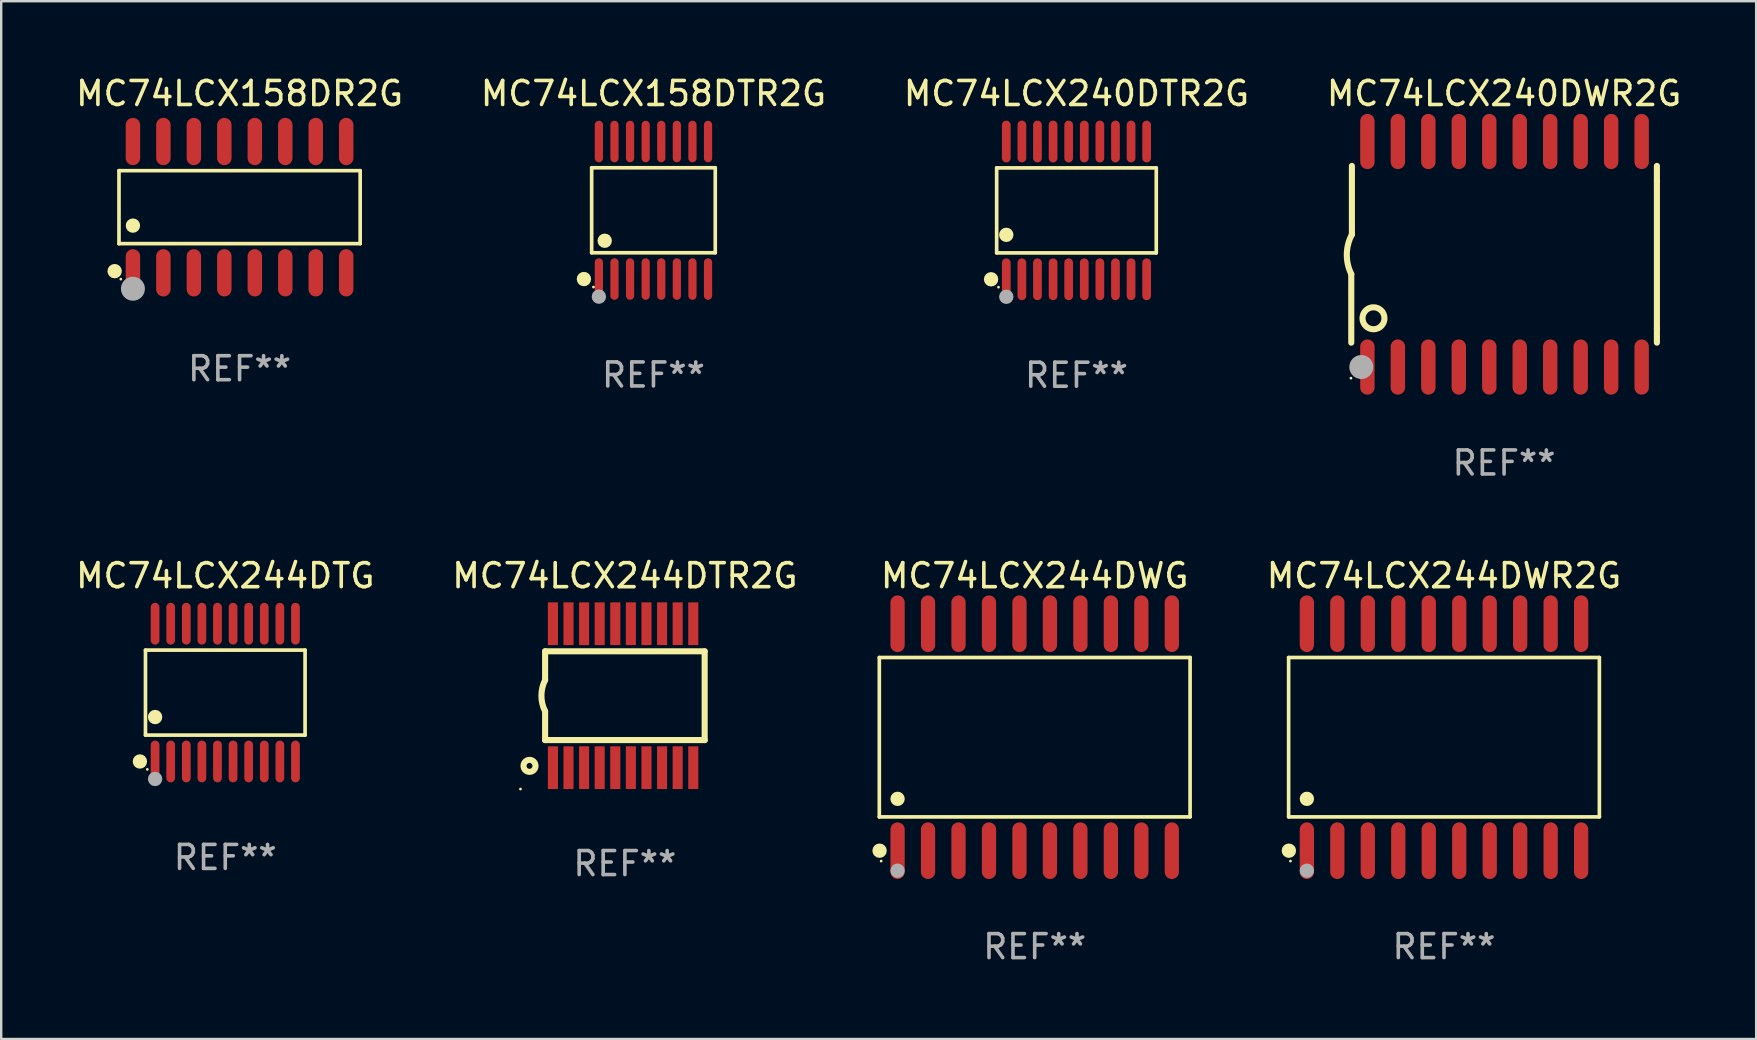
<source format=kicad_pcb>
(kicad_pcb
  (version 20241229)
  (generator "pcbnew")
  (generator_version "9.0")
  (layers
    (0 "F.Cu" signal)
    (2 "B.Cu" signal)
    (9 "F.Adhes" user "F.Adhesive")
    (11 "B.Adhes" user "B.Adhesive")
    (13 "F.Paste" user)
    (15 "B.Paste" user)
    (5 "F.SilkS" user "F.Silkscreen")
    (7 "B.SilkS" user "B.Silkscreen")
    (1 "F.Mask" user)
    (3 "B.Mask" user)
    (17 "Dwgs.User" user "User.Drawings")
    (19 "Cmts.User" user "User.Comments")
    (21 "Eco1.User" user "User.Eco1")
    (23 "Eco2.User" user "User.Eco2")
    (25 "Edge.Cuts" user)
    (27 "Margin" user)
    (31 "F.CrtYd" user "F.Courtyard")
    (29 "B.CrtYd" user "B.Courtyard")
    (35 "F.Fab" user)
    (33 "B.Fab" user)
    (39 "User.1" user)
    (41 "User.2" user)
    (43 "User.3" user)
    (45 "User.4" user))
  (footprint "MC74LCX244DTG"
    (layer "F.Cu")
    (at 6.339 25.816)
    (property "Reference" "MC74LCX244DTG" (at 0 -4.871 0) (layer "F.SilkS") (effects (font (size 1 1) (thickness 0.15))))
    (attr through_hole)
    (fp_line (start -3.326 -1.771) (end 3.326 -1.771) (stroke (width 0.152) (type solid)) (layer "F.SilkS"))
    (fp_line (start -3.326 1.771) (end -3.326 -1.771) (stroke (width 0.152) (type solid)) (layer "F.SilkS"))
    (fp_line (start 3.326 -1.771) (end 3.326 1.771) (stroke (width 0.152) (type solid)) (layer "F.SilkS"))
    (fp_line (start 3.326 1.771) (end -3.326 1.771) (stroke (width 0.152) (type solid)) (layer "F.SilkS"))
    (fp_circle (center -3.559 2.871) (end -3.409 2.871) (stroke (width 0.3) (type solid)) (fill no) (layer "F.SilkS"))
    (fp_circle (center -3.25 3.2) (end -3.22 3.2) (stroke (width 0.06) (type solid)) (fill no) (layer "F.SilkS"))
    (fp_circle (center -2.925 1.019) (end -2.775 1.019) (stroke (width 0.3) (type solid)) (fill no) (layer "F.SilkS"))
    (fp_circle (center -2.925 3.6) (end -2.775 3.6) (stroke (width 0.3) (type solid)) (fill no) (layer "F.Fab"))
    (fp_text user "REF**" (at 0 6.871 0) (layer "F.Fab") (effects (font (size 1 1) (thickness 0.15))))
    (pad "1" smd oval (at -2.925 2.871) (size 0.364 1.742) (layers "F.Cu" "F.Mask" "F.Paste"))
    (pad "2" smd oval (at -2.275 2.871) (size 0.364 1.742) (layers "F.Cu" "F.Mask" "F.Paste"))
    (pad "3" smd oval (at -1.625 2.871) (size 0.364 1.742) (layers "F.Cu" "F.Mask" "F.Paste"))
    (pad "4" smd oval (at -0.975 2.871) (size 0.364 1.742) (layers "F.Cu" "F.Mask" "F.Paste"))
    (pad "5" smd oval (at -0.325 2.871) (size 0.364 1.742) (layers "F.Cu" "F.Mask" "F.Paste"))
    (pad "6" smd oval (at 0.325 2.871) (size 0.364 1.742) (layers "F.Cu" "F.Mask" "F.Paste"))
    (pad "7" smd oval (at 0.975 2.871) (size 0.364 1.742) (layers "F.Cu" "F.Mask" "F.Paste"))
    (pad "8" smd oval (at 1.625 2.871) (size 0.364 1.742) (layers "F.Cu" "F.Mask" "F.Paste"))
    (pad "9" smd oval (at 2.275 2.871) (size 0.364 1.742) (layers "F.Cu" "F.Mask" "F.Paste"))
    (pad "10" smd oval (at 2.925 2.871) (size 0.364 1.742) (layers "F.Cu" "F.Mask" "F.Paste"))
    (pad "11" smd oval (at 2.925 -2.871) (size 0.364 1.742) (layers "F.Cu" "F.Mask" "F.Paste"))
    (pad "12" smd oval (at 2.275 -2.871) (size 0.364 1.742) (layers "F.Cu" "F.Mask" "F.Paste"))
    (pad "13" smd oval (at 1.625 -2.871) (size 0.364 1.742) (layers "F.Cu" "F.Mask" "F.Paste"))
    (pad "14" smd oval (at 0.975 -2.871) (size 0.364 1.742) (layers "F.Cu" "F.Mask" "F.Paste"))
    (pad "15" smd oval (at 0.325 -2.871) (size 0.364 1.742) (layers "F.Cu" "F.Mask" "F.Paste"))
    (pad "16" smd oval (at -0.325 -2.871) (size 0.364 1.742) (layers "F.Cu" "F.Mask" "F.Paste"))
    (pad "17" smd oval (at -0.975 -2.871) (size 0.364 1.742) (layers "F.Cu" "F.Mask" "F.Paste"))
    (pad "18" smd oval (at -1.625 -2.871) (size 0.364 1.742) (layers "F.Cu" "F.Mask" "F.Paste"))
    (pad "19" smd oval (at -2.275 -2.871) (size 0.364 1.742) (layers "F.Cu" "F.Mask" "F.Paste"))
    (pad "20" smd oval (at -2.925 -2.871) (size 0.364 1.742) (layers "F.Cu" "F.Mask" "F.Paste")))
  (footprint "MC74LCX244DWG"
    (layer "F.Cu")
    (at 40.074 27.675)
    (property "Reference" "MC74LCX244DWG" (at 0 -6.73 0) (layer "F.SilkS") (effects (font (size 1 1) (thickness 0.15))))
    (attr through_hole)
    (fp_line (start -6.476 -3.321) (end 6.476 -3.321) (stroke (width 0.152) (type solid)) (layer "F.SilkS"))
    (fp_line (start -6.476 3.321) (end -6.476 -3.321) (stroke (width 0.152) (type solid)) (layer "F.SilkS"))
    (fp_line (start 6.476 -3.321) (end 6.476 3.321) (stroke (width 0.152) (type solid)) (layer "F.SilkS"))
    (fp_line (start 6.476 3.321) (end -6.476 3.321) (stroke (width 0.152) (type solid)) (layer "F.SilkS"))
    (fp_circle (center -6.465 4.73) (end -6.315 4.73) (stroke (width 0.3) (type solid)) (fill no) (layer "F.SilkS"))
    (fp_circle (center -6.4 5.163) (end -6.37 5.163) (stroke (width 0.06) (type solid)) (fill no) (layer "F.SilkS"))
    (fp_circle (center -5.715 2.569) (end -5.565 2.569) (stroke (width 0.3) (type solid)) (fill no) (layer "F.SilkS"))
    (fp_circle (center -5.715 5.563) (end -5.565 5.563) (stroke (width 0.3) (type solid)) (fill no) (layer "F.Fab"))
    (fp_text user "REF**" (at 0 8.73 0) (layer "F.Fab") (effects (font (size 1 1) (thickness 0.15))))
    (pad "1" smd oval (at -5.715 4.73) (size 0.595 2.36) (layers "F.Cu" "F.Mask" "F.Paste"))
    (pad "2" smd oval (at -4.445 4.73) (size 0.595 2.36) (layers "F.Cu" "F.Mask" "F.Paste"))
    (pad "3" smd oval (at -3.175 4.73) (size 0.595 2.36) (layers "F.Cu" "F.Mask" "F.Paste"))
    (pad "4" smd oval (at -1.905 4.73) (size 0.595 2.36) (layers "F.Cu" "F.Mask" "F.Paste"))
    (pad "5" smd oval (at -0.635 4.73) (size 0.595 2.36) (layers "F.Cu" "F.Mask" "F.Paste"))
    (pad "6" smd oval (at 0.635 4.73) (size 0.595 2.36) (layers "F.Cu" "F.Mask" "F.Paste"))
    (pad "7" smd oval (at 1.905 4.73) (size 0.595 2.36) (layers "F.Cu" "F.Mask" "F.Paste"))
    (pad "8" smd oval (at 3.175 4.73) (size 0.595 2.36) (layers "F.Cu" "F.Mask" "F.Paste"))
    (pad "9" smd oval (at 4.445 4.73) (size 0.595 2.36) (layers "F.Cu" "F.Mask" "F.Paste"))
    (pad "10" smd oval (at 5.715 4.73) (size 0.595 2.36) (layers "F.Cu" "F.Mask" "F.Paste"))
    (pad "11" smd oval (at 5.715 -4.73) (size 0.595 2.36) (layers "F.Cu" "F.Mask" "F.Paste"))
    (pad "12" smd oval (at 4.445 -4.73) (size 0.595 2.36) (layers "F.Cu" "F.Mask" "F.Paste"))
    (pad "13" smd oval (at 3.175 -4.73) (size 0.595 2.36) (layers "F.Cu" "F.Mask" "F.Paste"))
    (pad "14" smd oval (at 1.905 -4.73) (size 0.595 2.36) (layers "F.Cu" "F.Mask" "F.Paste"))
    (pad "15" smd oval (at 0.635 -4.73) (size 0.595 2.36) (layers "F.Cu" "F.Mask" "F.Paste"))
    (pad "16" smd oval (at -0.635 -4.73) (size 0.595 2.36) (layers "F.Cu" "F.Mask" "F.Paste"))
    (pad "17" smd oval (at -1.905 -4.73) (size 0.595 2.36) (layers "F.Cu" "F.Mask" "F.Paste"))
    (pad "18" smd oval (at -3.175 -4.73) (size 0.595 2.36) (layers "F.Cu" "F.Mask" "F.Paste"))
    (pad "19" smd oval (at -4.445 -4.73) (size 0.595 2.36) (layers "F.Cu" "F.Mask" "F.Paste"))
    (pad "20" smd oval (at -5.715 -4.73) (size 0.595 2.36) (layers "F.Cu" "F.Mask" "F.Paste")))
  (footprint "MC74LCX244DWR2G"
    (layer "F.Cu")
    (at 57.133 27.675)
    (property "Reference" "MC74LCX244DWR2G" (at 0 -6.73 0) (layer "F.SilkS") (effects (font (size 1 1) (thickness 0.15))))
    (attr through_hole)
    (fp_line (start -6.476 -3.321) (end 6.476 -3.321) (stroke (width 0.152) (type solid)) (layer "F.SilkS"))
    (fp_line (start -6.476 3.321) (end -6.476 -3.321) (stroke (width 0.152) (type solid)) (layer "F.SilkS"))
    (fp_line (start 6.476 -3.321) (end 6.476 3.321) (stroke (width 0.152) (type solid)) (layer "F.SilkS"))
    (fp_line (start 6.476 3.321) (end -6.476 3.321) (stroke (width 0.152) (type solid)) (layer "F.SilkS"))
    (fp_circle (center -6.465 4.73) (end -6.315 4.73) (stroke (width 0.3) (type solid)) (fill no) (layer "F.SilkS"))
    (fp_circle (center -6.4 5.163) (end -6.37 5.163) (stroke (width 0.06) (type solid)) (fill no) (layer "F.SilkS"))
    (fp_circle (center -5.715 2.569) (end -5.565 2.569) (stroke (width 0.3) (type solid)) (fill no) (layer "F.SilkS"))
    (fp_circle (center -5.715 5.563) (end -5.565 5.563) (stroke (width 0.3) (type solid)) (fill no) (layer "F.Fab"))
    (fp_text user "REF**" (at 0 8.73 0) (layer "F.Fab") (effects (font (size 1 1) (thickness 0.15))))
    (pad "1" smd oval (at -5.715 4.73) (size 0.595 2.36) (layers "F.Cu" "F.Mask" "F.Paste"))
    (pad "2" smd oval (at -4.445 4.73) (size 0.595 2.36) (layers "F.Cu" "F.Mask" "F.Paste"))
    (pad "3" smd oval (at -3.175 4.73) (size 0.595 2.36) (layers "F.Cu" "F.Mask" "F.Paste"))
    (pad "4" smd oval (at -1.905 4.73) (size 0.595 2.36) (layers "F.Cu" "F.Mask" "F.Paste"))
    (pad "5" smd oval (at -0.635 4.73) (size 0.595 2.36) (layers "F.Cu" "F.Mask" "F.Paste"))
    (pad "6" smd oval (at 0.635 4.73) (size 0.595 2.36) (layers "F.Cu" "F.Mask" "F.Paste"))
    (pad "7" smd oval (at 1.905 4.73) (size 0.595 2.36) (layers "F.Cu" "F.Mask" "F.Paste"))
    (pad "8" smd oval (at 3.175 4.73) (size 0.595 2.36) (layers "F.Cu" "F.Mask" "F.Paste"))
    (pad "9" smd oval (at 4.445 4.73) (size 0.595 2.36) (layers "F.Cu" "F.Mask" "F.Paste"))
    (pad "10" smd oval (at 5.715 4.73) (size 0.595 2.36) (layers "F.Cu" "F.Mask" "F.Paste"))
    (pad "11" smd oval (at 5.715 -4.73) (size 0.595 2.36) (layers "F.Cu" "F.Mask" "F.Paste"))
    (pad "12" smd oval (at 4.445 -4.73) (size 0.595 2.36) (layers "F.Cu" "F.Mask" "F.Paste"))
    (pad "13" smd oval (at 3.175 -4.73) (size 0.595 2.36) (layers "F.Cu" "F.Mask" "F.Paste"))
    (pad "14" smd oval (at 1.905 -4.73) (size 0.595 2.36) (layers "F.Cu" "F.Mask" "F.Paste"))
    (pad "15" smd oval (at 0.635 -4.73) (size 0.595 2.36) (layers "F.Cu" "F.Mask" "F.Paste"))
    (pad "16" smd oval (at -0.635 -4.73) (size 0.595 2.36) (layers "F.Cu" "F.Mask" "F.Paste"))
    (pad "17" smd oval (at -1.905 -4.73) (size 0.595 2.36) (layers "F.Cu" "F.Mask" "F.Paste"))
    (pad "18" smd oval (at -3.175 -4.73) (size 0.595 2.36) (layers "F.Cu" "F.Mask" "F.Paste"))
    (pad "19" smd oval (at -4.445 -4.73) (size 0.595 2.36) (layers "F.Cu" "F.Mask" "F.Paste"))
    (pad "20" smd oval (at -5.715 -4.73) (size 0.595 2.36) (layers "F.Cu" "F.Mask" "F.Paste")))
  (footprint "MC74LCX244DTR2G"
    (layer "F.Cu")
    (at 22.994 25.945)
    (property "Reference" "MC74LCX244DTR2G" (at 0 -5 0) (layer "F.SilkS") (effects (font (size 1 1) (thickness 0.15))))
    (attr through_hole)
    (fp_line (start -3.325 -1.85) (end -3.325 -0.65) (stroke (width 0.254) (type solid)) (layer "F.SilkS"))
    (fp_line (start -3.325 1.85) (end -3.325 0.65) (stroke (width 0.254) (type solid)) (layer "F.SilkS"))
    (fp_line (start 3.325 -1.85) (end -3.325 -1.85) (stroke (width 0.254) (type solid)) (layer "F.SilkS"))
    (fp_line (start 3.325 -1.85) (end 3.325 1.85) (stroke (width 0.254) (type solid)) (layer "F.SilkS"))
    (fp_line (start 3.325 1.85) (end -3.325 1.85) (stroke (width 0.254) (type solid)) (layer "F.SilkS"))
    (fp_arc (start -3.3262 0.650241) (mid -3.479255 -0.000017) (end -3.324981 -0.649987) (stroke (width 0.254001) (type solid)) (layer "F.SilkS"))
    (fp_circle (center -4.352 3.89) (end -4.322 3.89) (stroke (width 0.06) (type solid)) (fill no) (layer "F.SilkS"))
    (fp_circle (center -3.975 2.925) (end -3.725 2.925) (stroke (width 0.254) (type solid)) (fill no) (layer "F.SilkS"))
    (fp_text user "REF**" (at 0 7 0) (layer "F.Fab") (effects (font (size 1 1) (thickness 0.15))))
    (pad "1" smd rect (at -3 3 90) (size 1.78 0.42) (layers "F.Cu" "F.Mask" "F.Paste"))
    (pad "2" smd rect (at -2.35 3 90) (size 1.78 0.42) (layers "F.Cu" "F.Mask" "F.Paste"))
    (pad "3" smd rect (at -1.7 3 90) (size 1.78 0.42) (layers "F.Cu" "F.Mask" "F.Paste"))
    (pad "4" smd rect (at -1.05 3 90) (size 1.78 0.42) (layers "F.Cu" "F.Mask" "F.Paste"))
    (pad "5" smd rect (at -0.4 3 90) (size 1.78 0.42) (layers "F.Cu" "F.Mask" "F.Paste"))
    (pad "6" smd rect (at 0.25 3 90) (size 1.78 0.42) (layers "F.Cu" "F.Mask" "F.Paste"))
    (pad "7" smd rect (at 0.9 3 90) (size 1.78 0.42) (layers "F.Cu" "F.Mask" "F.Paste"))
    (pad "8" smd rect (at 1.55 3 90) (size 1.78 0.42) (layers "F.Cu" "F.Mask" "F.Paste"))
    (pad "9" smd rect (at 2.2 3 90) (size 1.78 0.42) (layers "F.Cu" "F.Mask" "F.Paste"))
    (pad "10" smd rect (at 2.85 3 90) (size 1.78 0.42) (layers "F.Cu" "F.Mask" "F.Paste"))
    (pad "11" smd rect (at 2.85 -3 90) (size 1.78 0.42) (layers "F.Cu" "F.Mask" "F.Paste"))
    (pad "12" smd rect (at 2.2 -3 90) (size 1.78 0.42) (layers "F.Cu" "F.Mask" "F.Paste"))
    (pad "13" smd rect (at 1.55 -3 90) (size 1.78 0.42) (layers "F.Cu" "F.Mask" "F.Paste"))
    (pad "14" smd rect (at 0.9 -3 90) (size 1.78 0.42) (layers "F.Cu" "F.Mask" "F.Paste"))
    (pad "15" smd rect (at 0.25 -3 90) (size 1.78 0.42) (layers "F.Cu" "F.Mask" "F.Paste"))
    (pad "16" smd rect (at -0.4 -3 90) (size 1.78 0.42) (layers "F.Cu" "F.Mask" "F.Paste"))
    (pad "17" smd rect (at -1.05 -3 90) (size 1.78 0.42) (layers "F.Cu" "F.Mask" "F.Paste"))
    (pad "18" smd rect (at -1.7 -3 90) (size 1.78 0.42) (layers "F.Cu" "F.Mask" "F.Paste"))
    (pad "19" smd rect (at -2.35 -3 90) (size 1.78 0.42) (layers "F.Cu" "F.Mask" "F.Paste"))
    (pad "20" smd rect (at -3 -3 90) (size 1.78 0.42) (layers "F.Cu" "F.Mask" "F.Paste")))
  (footprint "MC74LCX158DR2G"
    (layer "F.Cu")
    (at 6.935 5.584)
    (property "Reference" "MC74LCX158DR2G" (at 0 -4.736 0) (layer "F.SilkS") (effects (font (size 1 1) (thickness 0.15))))
    (attr through_hole)
    (fp_line (start -5.026 -1.521) (end 5.026 -1.521) (stroke (width 0.152) (type solid)) (layer "F.SilkS"))
    (fp_line (start -5.026 1.521) (end -5.026 -1.521) (stroke (width 0.152) (type solid)) (layer "F.SilkS"))
    (fp_line (start 5.026 -1.521) (end 5.026 1.521) (stroke (width 0.152) (type solid)) (layer "F.SilkS"))
    (fp_line (start 5.026 1.521) (end -5.026 1.521) (stroke (width 0.152) (type solid)) (layer "F.SilkS"))
    (fp_circle (center -5.207 2.667) (end -5.057 2.667) (stroke (width 0.3) (type solid)) (fill no) (layer "F.SilkS"))
    (fp_circle (center -4.95 3) (end -4.92 3) (stroke (width 0.06) (type solid)) (fill no) (layer "F.SilkS"))
    (fp_circle (center -4.445 0.769) (end -4.295 0.769) (stroke (width 0.3) (type solid)) (fill no) (layer "F.SilkS"))
    (fp_circle (center -4.445 3.4) (end -4.195 3.4) (stroke (width 0.5) (type solid)) (fill no) (layer "F.Fab"))
    (fp_text user "REF**" (at 0 6.736 0) (layer "F.Fab") (effects (font (size 1 1) (thickness 0.15))))
    (pad "1" smd oval (at -4.445 2.736) (size 0.602 1.971) (layers "F.Cu" "F.Mask" "F.Paste"))
    (pad "2" smd oval (at -3.175 2.736) (size 0.602 1.971) (layers "F.Cu" "F.Mask" "F.Paste"))
    (pad "3" smd oval (at -1.905 2.736) (size 0.602 1.971) (layers "F.Cu" "F.Mask" "F.Paste"))
    (pad "4" smd oval (at -0.635 2.736) (size 0.602 1.971) (layers "F.Cu" "F.Mask" "F.Paste"))
    (pad "5" smd oval (at 0.635 2.736) (size 0.602 1.971) (layers "F.Cu" "F.Mask" "F.Paste"))
    (pad "6" smd oval (at 1.905 2.736) (size 0.602 1.971) (layers "F.Cu" "F.Mask" "F.Paste"))
    (pad "7" smd oval (at 3.175 2.736) (size 0.602 1.971) (layers "F.Cu" "F.Mask" "F.Paste"))
    (pad "8" smd oval (at 4.445 2.736) (size 0.602 1.971) (layers "F.Cu" "F.Mask" "F.Paste"))
    (pad "9" smd oval (at 4.445 -2.736) (size 0.602 1.971) (layers "F.Cu" "F.Mask" "F.Paste"))
    (pad "10" smd oval (at 3.175 -2.736) (size 0.602 1.971) (layers "F.Cu" "F.Mask" "F.Paste"))
    (pad "11" smd oval (at 1.905 -2.736) (size 0.602 1.971) (layers "F.Cu" "F.Mask" "F.Paste"))
    (pad "12" smd oval (at 0.635 -2.736) (size 0.602 1.971) (layers "F.Cu" "F.Mask" "F.Paste"))
    (pad "13" smd oval (at -0.635 -2.736) (size 0.602 1.971) (layers "F.Cu" "F.Mask" "F.Paste"))
    (pad "14" smd oval (at -1.905 -2.736) (size 0.602 1.971) (layers "F.Cu" "F.Mask" "F.Paste"))
    (pad "15" smd oval (at -3.175 -2.736) (size 0.602 1.971) (layers "F.Cu" "F.Mask" "F.Paste"))
    (pad "16" smd oval (at -4.445 -2.736) (size 0.602 1.971) (layers "F.Cu" "F.Mask" "F.Paste")))
  (footprint "MC74LCX240DTR2G"
    (layer "F.Cu")
    (at 41.815 5.719)
    (property "Reference" "MC74LCX240DTR2G" (at 0 -4.871 0) (layer "F.SilkS") (effects (font (size 1 1) (thickness 0.15))))
    (attr through_hole)
    (fp_line (start -3.326 -1.771) (end 3.326 -1.771) (stroke (width 0.152) (type solid)) (layer "F.SilkS"))
    (fp_line (start -3.326 1.771) (end -3.326 -1.771) (stroke (width 0.152) (type solid)) (layer "F.SilkS"))
    (fp_line (start 3.326 -1.771) (end 3.326 1.771) (stroke (width 0.152) (type solid)) (layer "F.SilkS"))
    (fp_line (start 3.326 1.771) (end -3.326 1.771) (stroke (width 0.152) (type solid)) (layer "F.SilkS"))
    (fp_circle (center -3.559 2.871) (end -3.409 2.871) (stroke (width 0.3) (type solid)) (fill no) (layer "F.SilkS"))
    (fp_circle (center -3.25 3.2) (end -3.22 3.2) (stroke (width 0.06) (type solid)) (fill no) (layer "F.SilkS"))
    (fp_circle (center -2.925 1.019) (end -2.775 1.019) (stroke (width 0.3) (type solid)) (fill no) (layer "F.SilkS"))
    (fp_circle (center -2.925 3.6) (end -2.775 3.6) (stroke (width 0.3) (type solid)) (fill no) (layer "F.Fab"))
    (fp_text user "REF**" (at 0 6.871 0) (layer "F.Fab") (effects (font (size 1 1) (thickness 0.15))))
    (pad "1" smd oval (at -2.925 2.871) (size 0.364 1.742) (layers "F.Cu" "F.Mask" "F.Paste"))
    (pad "2" smd oval (at -2.275 2.871) (size 0.364 1.742) (layers "F.Cu" "F.Mask" "F.Paste"))
    (pad "3" smd oval (at -1.625 2.871) (size 0.364 1.742) (layers "F.Cu" "F.Mask" "F.Paste"))
    (pad "4" smd oval (at -0.975 2.871) (size 0.364 1.742) (layers "F.Cu" "F.Mask" "F.Paste"))
    (pad "5" smd oval (at -0.325 2.871) (size 0.364 1.742) (layers "F.Cu" "F.Mask" "F.Paste"))
    (pad "6" smd oval (at 0.325 2.871) (size 0.364 1.742) (layers "F.Cu" "F.Mask" "F.Paste"))
    (pad "7" smd oval (at 0.975 2.871) (size 0.364 1.742) (layers "F.Cu" "F.Mask" "F.Paste"))
    (pad "8" smd oval (at 1.625 2.871) (size 0.364 1.742) (layers "F.Cu" "F.Mask" "F.Paste"))
    (pad "9" smd oval (at 2.275 2.871) (size 0.364 1.742) (layers "F.Cu" "F.Mask" "F.Paste"))
    (pad "10" smd oval (at 2.925 2.871) (size 0.364 1.742) (layers "F.Cu" "F.Mask" "F.Paste"))
    (pad "11" smd oval (at 2.925 -2.871) (size 0.364 1.742) (layers "F.Cu" "F.Mask" "F.Paste"))
    (pad "12" smd oval (at 2.275 -2.871) (size 0.364 1.742) (layers "F.Cu" "F.Mask" "F.Paste"))
    (pad "13" smd oval (at 1.625 -2.871) (size 0.364 1.742) (layers "F.Cu" "F.Mask" "F.Paste"))
    (pad "14" smd oval (at 0.975 -2.871) (size 0.364 1.742) (layers "F.Cu" "F.Mask" "F.Paste"))
    (pad "15" smd oval (at 0.325 -2.871) (size 0.364 1.742) (layers "F.Cu" "F.Mask" "F.Paste"))
    (pad "16" smd oval (at -0.325 -2.871) (size 0.364 1.742) (layers "F.Cu" "F.Mask" "F.Paste"))
    (pad "17" smd oval (at -0.975 -2.871) (size 0.364 1.742) (layers "F.Cu" "F.Mask" "F.Paste"))
    (pad "18" smd oval (at -1.625 -2.871) (size 0.364 1.742) (layers "F.Cu" "F.Mask" "F.Paste"))
    (pad "19" smd oval (at -2.275 -2.871) (size 0.364 1.742) (layers "F.Cu" "F.Mask" "F.Paste"))
    (pad "20" smd oval (at -2.925 -2.871) (size 0.364 1.742) (layers "F.Cu" "F.Mask" "F.Paste")))
  (footprint "MC74LCX158DTR2G"
    (layer "F.Cu")
    (at 24.185 5.714)
    (property "Reference" "MC74LCX158DTR2G" (at 0 -4.866 0) (layer "F.SilkS") (effects (font (size 1 1) (thickness 0.15))))
    (attr through_hole)
    (fp_line (start -2.576 -1.772) (end 2.576 -1.772) (stroke (width 0.152) (type solid)) (layer "F.SilkS"))
    (fp_line (start -2.576 1.771) (end -2.576 -1.772) (stroke (width 0.152) (type solid)) (layer "F.SilkS"))
    (fp_line (start 2.576 -1.772) (end 2.576 1.771) (stroke (width 0.152) (type solid)) (layer "F.SilkS"))
    (fp_line (start 2.576 1.771) (end -2.576 1.771) (stroke (width 0.152) (type solid)) (layer "F.SilkS"))
    (fp_circle (center -2.899 2.866) (end -2.749 2.866) (stroke (width 0.3) (type solid)) (fill no) (layer "F.SilkS"))
    (fp_circle (center -2.5 3.2) (end -2.47 3.2) (stroke (width 0.06) (type solid)) (fill no) (layer "F.SilkS"))
    (fp_circle (center -2.032 1.27) (end -1.882 1.27) (stroke (width 0.3) (type solid)) (fill no) (layer "F.SilkS"))
    (fp_circle (center -2.275 3.6) (end -2.125 3.6) (stroke (width 0.3) (type solid)) (fill no) (layer "F.Fab"))
    (fp_text user "REF**" (at 0 6.866 0) (layer "F.Fab") (effects (font (size 1 1) (thickness 0.15))))
    (pad "1" smd oval (at -2.275 2.866) (size 0.343 1.731) (layers "F.Cu" "F.Mask" "F.Paste"))
    (pad "2" smd oval (at -1.625 2.866) (size 0.343 1.731) (layers "F.Cu" "F.Mask" "F.Paste"))
    (pad "3" smd oval (at -0.975 2.866) (size 0.343 1.731) (layers "F.Cu" "F.Mask" "F.Paste"))
    (pad "4" smd oval (at -0.325 2.866) (size 0.343 1.731) (layers "F.Cu" "F.Mask" "F.Paste"))
    (pad "5" smd oval (at 0.325 2.866) (size 0.343 1.731) (layers "F.Cu" "F.Mask" "F.Paste"))
    (pad "6" smd oval (at 0.975 2.866) (size 0.343 1.731) (layers "F.Cu" "F.Mask" "F.Paste"))
    (pad "7" smd oval (at 1.625 2.866) (size 0.343 1.731) (layers "F.Cu" "F.Mask" "F.Paste"))
    (pad "8" smd oval (at 2.275 2.866) (size 0.343 1.731) (layers "F.Cu" "F.Mask" "F.Paste"))
    (pad "9" smd oval (at 2.275 -2.866) (size 0.343 1.731) (layers "F.Cu" "F.Mask" "F.Paste"))
    (pad "10" smd oval (at 1.625 -2.866) (size 0.343 1.731) (layers "F.Cu" "F.Mask" "F.Paste"))
    (pad "11" smd oval (at 0.975 -2.866) (size 0.343 1.731) (layers "F.Cu" "F.Mask" "F.Paste"))
    (pad "12" smd oval (at 0.325 -2.866) (size 0.343 1.731) (layers "F.Cu" "F.Mask" "F.Paste"))
    (pad "13" smd oval (at -0.325 -2.866) (size 0.343 1.731) (layers "F.Cu" "F.Mask" "F.Paste"))
    (pad "14" smd oval (at -0.975 -2.866) (size 0.343 1.731) (layers "F.Cu" "F.Mask" "F.Paste"))
    (pad "15" smd oval (at -1.625 -2.866) (size 0.343 1.731) (layers "F.Cu" "F.Mask" "F.Paste"))
    (pad "16" smd oval (at -2.275 -2.866) (size 0.343 1.731) (layers "F.Cu" "F.Mask" "F.Paste")))
  (footprint "MC74LCX240DWR2G"
    (layer "F.Cu")
    (at 59.637 7.548)
    (property "Reference" "MC74LCX240DWR2G" (at 0 -6.7 0) (layer "F.SilkS") (effects (font (size 1 1) (thickness 0.15))))
    (attr through_hole)
    (fp_line (start -6.369 0.826) (end -6.369 3.683) (stroke (width 0.254) (type solid)) (layer "F.SilkS"))
    (fp_line (start -6.343 -0.825) (end -6.343 -3.683) (stroke (width 0.254) (type solid)) (layer "F.SilkS"))
    (fp_line (start 6.369 -3.048) (end 6.369 -3.683) (stroke (width 0.254) (type solid)) (layer "F.SilkS"))
    (fp_line (start 6.369 -3.048) (end 6.369 3.096) (stroke (width 0.254) (type solid)) (layer "F.SilkS"))
    (fp_line (start 6.369 3.096) (end 6.369 3.683) (stroke (width 0.254) (type solid)) (layer "F.SilkS"))
    (fp_arc (start -6.36853 0.825552) (mid -6.554743 -0.00301) (end -6.343129 -0.825451) (stroke (width 0.254001) (type solid)) (layer "F.SilkS"))
    (fp_circle (center -6.382 5.163) (end -6.352 5.163) (stroke (width 0.06) (type solid)) (fill no) (layer "F.SilkS"))
    (fp_circle (center -5.443 2.667) (end -4.985 2.667) (stroke (width 0.254) (type solid)) (fill no) (layer "F.SilkS"))
    (fp_circle (center -5.951 4.699) (end -5.701 4.699) (stroke (width 0.5) (type solid)) (fill no) (layer "F.Fab"))
    (fp_text user "REF**" (at 0 8.7 0) (layer "F.Fab") (effects (font (size 1 1) (thickness 0.15))))
    (pad "1" smd oval (at -5.697 4.7 180) (size 0.6 2.3) (layers "F.Cu" "F.Mask" "F.Paste"))
    (pad "2" smd oval (at -4.427 4.7 180) (size 0.6 2.3) (layers "F.Cu" "F.Mask" "F.Paste"))
    (pad "3" smd oval (at -3.157 4.7 180) (size 0.6 2.3) (layers "F.Cu" "F.Mask" "F.Paste"))
    (pad "4" smd oval (at -1.887 4.7 180) (size 0.6 2.3) (layers "F.Cu" "F.Mask" "F.Paste"))
    (pad "5" smd oval (at -0.617 4.7 180) (size 0.6 2.3) (layers "F.Cu" "F.Mask" "F.Paste"))
    (pad "6" smd oval (at 0.653 4.7 180) (size 0.6 2.3) (layers "F.Cu" "F.Mask" "F.Paste"))
    (pad "7" smd oval (at 1.923 4.7 180) (size 0.6 2.3) (layers "F.Cu" "F.Mask" "F.Paste"))
    (pad "8" smd oval (at 3.193 4.7 180) (size 0.6 2.3) (layers "F.Cu" "F.Mask" "F.Paste"))
    (pad "9" smd oval (at 4.463 4.7 180) (size 0.6 2.3) (layers "F.Cu" "F.Mask" "F.Paste"))
    (pad "10" smd oval (at 5.734 4.7 180) (size 0.6 2.3) (layers "F.Cu" "F.Mask" "F.Paste"))
    (pad "11" smd oval (at 5.734 -4.7 180) (size 0.6 2.3) (layers "F.Cu" "F.Mask" "F.Paste"))
    (pad "12" smd oval (at 4.463 -4.7 180) (size 0.6 2.3) (layers "F.Cu" "F.Mask" "F.Paste"))
    (pad "13" smd oval (at 3.193 -4.7 180) (size 0.6 2.3) (layers "F.Cu" "F.Mask" "F.Paste"))
    (pad "14" smd oval (at 1.923 -4.7 180) (size 0.6 2.3) (layers "F.Cu" "F.Mask" "F.Paste"))
    (pad "15" smd oval (at 0.653 -4.7 180) (size 0.6 2.3) (layers "F.Cu" "F.Mask" "F.Paste"))
    (pad "16" smd oval (at -0.617 -4.7 180) (size 0.6 2.3) (layers "F.Cu" "F.Mask" "F.Paste"))
    (pad "17" smd oval (at -1.887 -4.7 180) (size 0.6 2.3) (layers "F.Cu" "F.Mask" "F.Paste"))
    (pad "18" smd oval (at -3.157 -4.7 180) (size 0.6 2.3) (layers "F.Cu" "F.Mask" "F.Paste"))
    (pad "19" smd oval (at -4.427 -4.7 180) (size 0.6 2.3) (layers "F.Cu" "F.Mask" "F.Paste"))
    (pad "20" smd oval (at -5.697 -4.7 180) (size 0.6 2.3) (layers "F.Cu" "F.Mask" "F.Paste")))
  (gr_rect
    (start -3 -3)
    (end 70.143 40.253)
    (stroke (width 0.1) (type default))
    (fill no)
    (layer "Edge.Cuts")))
</source>
